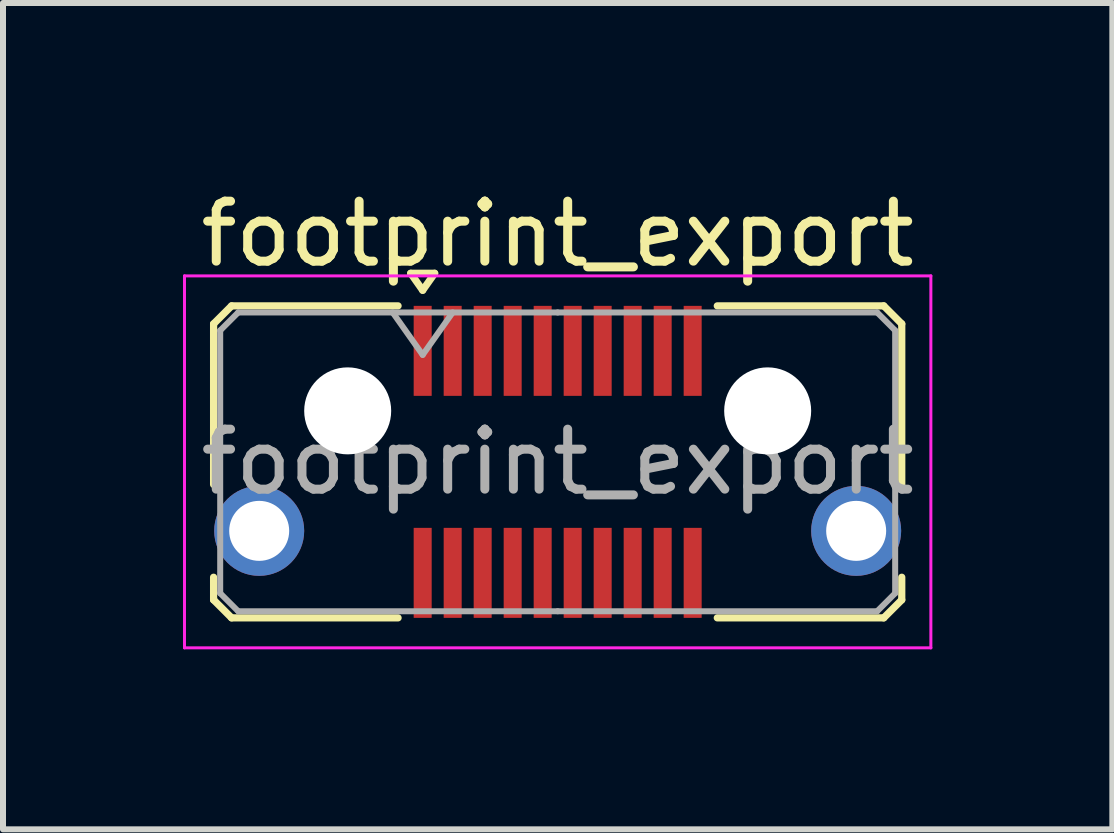
<source format=kicad_pcb>
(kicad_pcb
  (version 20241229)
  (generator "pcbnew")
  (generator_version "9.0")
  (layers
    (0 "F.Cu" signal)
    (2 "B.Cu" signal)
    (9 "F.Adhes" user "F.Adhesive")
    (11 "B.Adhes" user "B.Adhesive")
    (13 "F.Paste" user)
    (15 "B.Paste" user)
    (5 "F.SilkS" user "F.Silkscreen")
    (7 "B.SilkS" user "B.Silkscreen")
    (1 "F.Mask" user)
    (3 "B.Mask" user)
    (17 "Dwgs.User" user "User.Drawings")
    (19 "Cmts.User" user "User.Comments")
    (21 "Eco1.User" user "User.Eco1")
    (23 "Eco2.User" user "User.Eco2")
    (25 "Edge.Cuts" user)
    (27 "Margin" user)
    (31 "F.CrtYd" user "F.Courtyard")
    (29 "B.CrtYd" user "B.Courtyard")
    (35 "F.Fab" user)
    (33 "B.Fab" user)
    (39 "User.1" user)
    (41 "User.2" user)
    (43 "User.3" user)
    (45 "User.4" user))
  (footprint "footprint_export"
    (layer "F.Cu")
    (at 6.245 4.648)
    (property "Reference" "footprint_export" (at 0 -3.8 0) (layer "F.SilkS") (effects (font (size 1 1) (thickness 0.15))))
    (attr smd)
    (fp_line (start -5.735 -2.3) (end -5.735 0.377) (stroke (width 0.12) (type solid)) (layer "F.SilkS"))
    (fp_line (start -5.735 1.923) (end -5.735 2.3) (stroke (width 0.12) (type solid)) (layer "F.SilkS"))
    (fp_line (start -5.735 2.3) (end -5.435 2.6) (stroke (width 0.12) (type solid)) (layer "F.SilkS"))
    (fp_line (start -5.435 -2.6) (end -5.735 -2.3) (stroke (width 0.12) (type solid)) (layer "F.SilkS"))
    (fp_line (start -5.435 2.6) (end -2.66 2.6) (stroke (width 0.12) (type solid)) (layer "F.SilkS"))
    (fp_line (start -2.66 -2.6) (end -5.435 -2.6) (stroke (width 0.12) (type solid)) (layer "F.SilkS"))
    (fp_line (start -2.45 -3.143) (end -2.05 -3.143) (stroke (width 0.12) (type solid)) (layer "F.SilkS"))
    (fp_line (start -2.25 -2.86) (end -2.45 -3.143) (stroke (width 0.12) (type solid)) (layer "F.SilkS"))
    (fp_line (start -2.05 -3.143) (end -2.25 -2.86) (stroke (width 0.12) (type solid)) (layer "F.SilkS"))
    (fp_line (start 2.66 -2.6) (end 5.435 -2.6) (stroke (width 0.12) (type solid)) (layer "F.SilkS"))
    (fp_line (start 5.435 -2.6) (end 5.735 -2.3) (stroke (width 0.12) (type solid)) (layer "F.SilkS"))
    (fp_line (start 5.435 2.6) (end 2.66 2.6) (stroke (width 0.12) (type solid)) (layer "F.SilkS"))
    (fp_line (start 5.735 -2.3) (end 5.735 0.377) (stroke (width 0.12) (type solid)) (layer "F.SilkS"))
    (fp_line (start 5.735 1.923) (end 5.735 2.3) (stroke (width 0.12) (type solid)) (layer "F.SilkS"))
    (fp_line (start 5.735 2.3) (end 5.435 2.6) (stroke (width 0.12) (type solid)) (layer "F.SilkS"))
    (fp_line (start -6.22 -3.1) (end -6.22 3.1) (stroke (width 0.05) (type solid)) (layer "F.CrtYd"))
    (fp_line (start -6.22 3.1) (end 6.22 3.1) (stroke (width 0.05) (type solid)) (layer "F.CrtYd"))
    (fp_line (start 6.22 -3.1) (end -6.22 -3.1) (stroke (width 0.05) (type solid)) (layer "F.CrtYd"))
    (fp_line (start 6.22 3.1) (end 6.22 -3.1) (stroke (width 0.05) (type solid)) (layer "F.CrtYd"))
    (fp_line (start -5.625 -2.19) (end -5.625 2.19) (stroke (width 0.1) (type solid)) (layer "F.Fab"))
    (fp_line (start -5.625 2.19) (end -5.325 2.49) (stroke (width 0.1) (type solid)) (layer "F.Fab"))
    (fp_line (start -5.325 -2.49) (end -5.625 -2.19) (stroke (width 0.1) (type solid)) (layer "F.Fab"))
    (fp_line (start -5.325 2.49) (end 0 2.49) (stroke (width 0.1) (type solid)) (layer "F.Fab"))
    (fp_line (start -2.75 -2.49) (end -2.25 -1.783) (stroke (width 0.1) (type solid)) (layer "F.Fab"))
    (fp_line (start -2.25 -1.783) (end -1.75 -2.49) (stroke (width 0.1) (type solid)) (layer "F.Fab"))
    (fp_line (start 0 -2.49) (end -5.325 -2.49) (stroke (width 0.1) (type solid)) (layer "F.Fab"))
    (fp_line (start 0 -2.49) (end 5.325 -2.49) (stroke (width 0.1) (type solid)) (layer "F.Fab"))
    (fp_line (start 5.325 -2.49) (end 5.625 -2.19) (stroke (width 0.1) (type solid)) (layer "F.Fab"))
    (fp_line (start 5.325 2.49) (end 0 2.49) (stroke (width 0.1) (type solid)) (layer "F.Fab"))
    (fp_line (start 5.625 -2.19) (end 5.625 2.19) (stroke (width 0.1) (type solid)) (layer "F.Fab"))
    (fp_line (start 5.625 2.19) (end 5.325 2.49) (stroke (width 0.1) (type solid)) (layer "F.Fab"))
    (fp_text user "${REFERENCE}" (at 0 0 0) (layer "F.Fab") (effects (font (size 1 1) (thickness 0.15))))
    (pad "" np_thru_hole circle (at -3.5 -0.85) (size 1.45 1.45) (drill 1.45) (layers "*.Cu" "*.Mask"))
    (pad "" np_thru_hole circle (at 3.5 -0.85) (size 1.45 1.45) (drill 1.45) (layers "*.Cu" "*.Mask"))
    (pad "1" smd rect (at -2.25 -1.85) (size 0.3 1.5) (layers "F.Cu" "F.Mask" "F.Paste"))
    (pad "2" smd rect (at -2.25 1.85) (size 0.3 1.5) (layers "F.Cu" "F.Mask" "F.Paste"))
    (pad "3" smd rect (at -1.75 -1.85) (size 0.3 1.5) (layers "F.Cu" "F.Mask" "F.Paste"))
    (pad "4" smd rect (at -1.75 1.85) (size 0.3 1.5) (layers "F.Cu" "F.Mask" "F.Paste"))
    (pad "5" smd rect (at -1.25 -1.85) (size 0.3 1.5) (layers "F.Cu" "F.Mask" "F.Paste"))
    (pad "6" smd rect (at -1.25 1.85) (size 0.3 1.5) (layers "F.Cu" "F.Mask" "F.Paste"))
    (pad "7" smd rect (at -0.75 -1.85) (size 0.3 1.5) (layers "F.Cu" "F.Mask" "F.Paste"))
    (pad "8" smd rect (at -0.75 1.85) (size 0.3 1.5) (layers "F.Cu" "F.Mask" "F.Paste"))
    (pad "9" smd rect (at -0.25 -1.85) (size 0.3 1.5) (layers "F.Cu" "F.Mask" "F.Paste"))
    (pad "10" smd rect (at -0.25 1.85) (size 0.3 1.5) (layers "F.Cu" "F.Mask" "F.Paste"))
    (pad "11" smd rect (at 0.25 -1.85) (size 0.3 1.5) (layers "F.Cu" "F.Mask" "F.Paste"))
    (pad "12" smd rect (at 0.25 1.85) (size 0.3 1.5) (layers "F.Cu" "F.Mask" "F.Paste"))
    (pad "13" smd rect (at 0.75 -1.85) (size 0.3 1.5) (layers "F.Cu" "F.Mask" "F.Paste"))
    (pad "14" smd rect (at 0.75 1.85) (size 0.3 1.5) (layers "F.Cu" "F.Mask" "F.Paste"))
    (pad "15" smd rect (at 1.25 -1.85) (size 0.3 1.5) (layers "F.Cu" "F.Mask" "F.Paste"))
    (pad "16" smd rect (at 1.25 1.85) (size 0.3 1.5) (layers "F.Cu" "F.Mask" "F.Paste"))
    (pad "17" smd rect (at 1.75 -1.85) (size 0.3 1.5) (layers "F.Cu" "F.Mask" "F.Paste"))
    (pad "18" smd rect (at 1.75 1.85) (size 0.3 1.5) (layers "F.Cu" "F.Mask" "F.Paste"))
    (pad "19" smd rect (at 2.25 -1.85) (size 0.3 1.5) (layers "F.Cu" "F.Mask" "F.Paste"))
    (pad "20" smd rect (at 2.25 1.85) (size 0.3 1.5) (layers "F.Cu" "F.Mask" "F.Paste"))
    (pad "SH" thru_hole circle (at -4.975 1.15) (size 1.5 1.5) (drill 1) (layers "*.Cu" "*.Mask"))
    (pad "SH" thru_hole circle (at 4.975 1.15) (size 1.5 1.5) (drill 1) (layers "*.Cu" "*.Mask")))
  (gr_rect
    (start -3 -3)
    (end 15.49 10.773)
    (stroke (width 0.1) (type default))
    (fill no)
    (layer "Edge.Cuts")))
</source>
